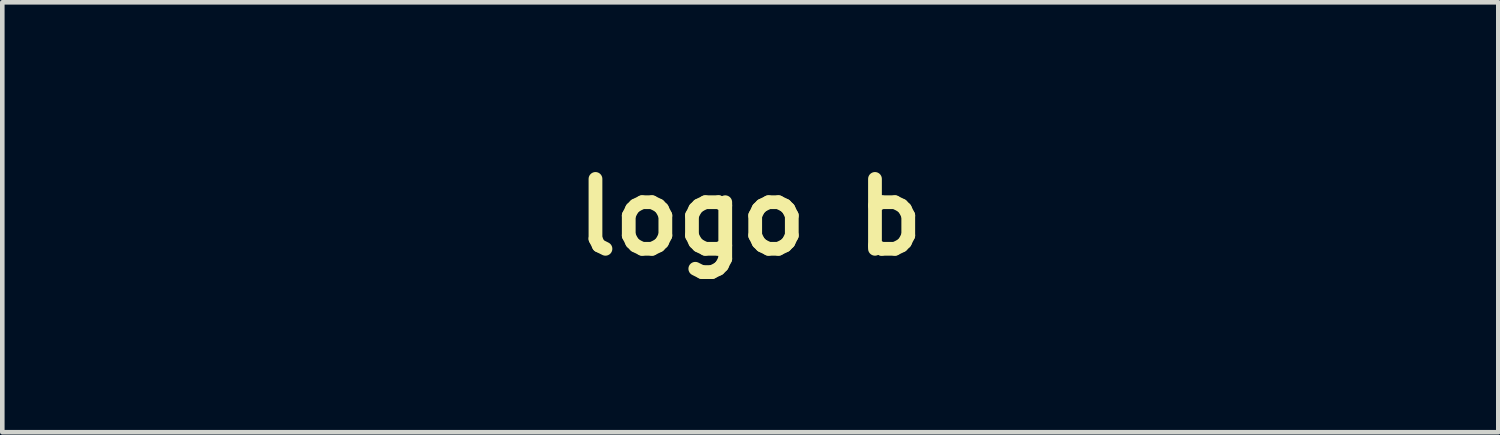
<source format=kicad_pcb>
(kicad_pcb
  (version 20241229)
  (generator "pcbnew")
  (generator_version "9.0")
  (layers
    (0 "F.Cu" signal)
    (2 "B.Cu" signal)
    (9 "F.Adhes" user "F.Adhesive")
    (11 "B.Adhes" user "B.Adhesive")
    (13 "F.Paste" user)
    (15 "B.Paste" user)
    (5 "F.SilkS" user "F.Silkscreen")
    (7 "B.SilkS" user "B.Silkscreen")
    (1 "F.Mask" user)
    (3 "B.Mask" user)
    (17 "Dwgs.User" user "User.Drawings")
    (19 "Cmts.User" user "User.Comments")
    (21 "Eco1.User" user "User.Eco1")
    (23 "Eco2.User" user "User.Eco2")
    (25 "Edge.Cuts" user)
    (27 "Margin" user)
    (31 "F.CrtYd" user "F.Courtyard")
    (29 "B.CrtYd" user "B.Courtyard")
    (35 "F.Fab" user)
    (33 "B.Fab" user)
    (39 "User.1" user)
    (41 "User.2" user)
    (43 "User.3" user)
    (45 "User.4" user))
  (footprint "logo b"
    (layer "F.Cu")
    (at 13.312 1.687)
    (property "Reference" "logo b" (at 0 0 0) (layer "F.SilkS") (effects (font (size 1.524 1.524) (thickness 0.3))))
    (attr through_hole)
    (fp_poly (pts (xy -11.676 1.621) (xy -11.991 1.621) (xy -11.991 -0.117) (xy -11.676 -0.117) (xy -11.676 1.621)) (stroke (width 0.01) (type solid)) (fill yes) (layer "F.Mask"))
    (fp_poly (pts (xy -2.134 1.621) (xy -2.449 1.621) (xy -2.449 -0.813) (xy -2.134 -0.813) (xy -2.134 1.621)) (stroke (width 0.01) (type solid)) (fill yes) (layer "F.Mask"))
    (fp_poly (pts (xy -11.789 -0.851) (xy -11.751 -0.84) (xy -11.716 -0.823) (xy -11.684 -0.8) (xy -11.658 -0.771) (xy -11.638 -0.737) (xy -11.625 -0.698) (xy -11.62 -0.655) (xy -11.62 -0.653) (xy -11.625 -0.607) (xy -11.637 -0.567) (xy -11.659 -0.53) (xy -11.68 -0.506) (xy -11.711 -0.48) (xy -11.745 -0.462) (xy -11.784 -0.451) (xy -11.829 -0.448) (xy -11.834 -0.448) (xy -11.869 -0.45) (xy -11.898 -0.455) (xy -11.904 -0.457) (xy -11.944 -0.475) (xy -11.977 -0.5) (xy -12.004 -0.531) (xy -12.025 -0.566) (xy -12.038 -0.603) (xy -12.043 -0.642) (xy -12.041 -0.682) (xy -12.031 -0.721) (xy -12.013 -0.757) (xy -11.986 -0.79) (xy -11.983 -0.793) (xy -11.947 -0.821) (xy -11.909 -0.84) (xy -11.869 -0.851) (xy -11.828 -0.855) (xy -11.789 -0.851)) (stroke (width 0.01) (type solid)) (fill yes) (layer "F.Mask"))
    (fp_poly (pts (xy 7.54 0.171) (xy 7.445 0.177) (xy 7.378 0.183) (xy 7.318 0.192) (xy 7.266 0.205) (xy 7.218 0.221) (xy 7.174 0.243) (xy 7.132 0.27) (xy 7.106 0.29) (xy 7.061 0.332) (xy 7.021 0.382) (xy 6.988 0.439) (xy 6.961 0.503) (xy 6.941 0.573) (xy 6.928 0.644) (xy 6.927 0.655) (xy 6.925 0.67) (xy 6.924 0.686) (xy 6.923 0.707) (xy 6.923 0.731) (xy 6.922 0.761) (xy 6.922 0.795) (xy 6.921 0.836) (xy 6.921 0.884) (xy 6.921 0.939) (xy 6.92 1.003) (xy 6.92 1.075) (xy 6.92 1.157) (xy 6.92 1.621) (xy 6.605 1.621) (xy 6.605 -0.117) (xy 6.91 -0.117) (xy 6.911 0.023) (xy 6.913 0.164) (xy 6.935 0.13) (xy 6.948 0.112) (xy 6.966 0.09) (xy 6.986 0.068) (xy 6.994 0.059) (xy 7.049 0.011) (xy 7.109 -0.031) (xy 7.176 -0.065) (xy 7.249 -0.091) (xy 7.329 -0.11) (xy 7.416 -0.122) (xy 7.468 -0.126) (xy 7.54 -0.13) (xy 7.54 0.171)) (stroke (width 0.01) (type solid)) (fill yes) (layer "F.Mask"))
    (fp_poly (pts (xy -12.372 0.021) (xy -12.372 0.171) (xy -12.468 0.177) (xy -12.535 0.183) (xy -12.594 0.192) (xy -12.647 0.205) (xy -12.694 0.221) (xy -12.738 0.243) (xy -12.781 0.27) (xy -12.807 0.29) (xy -12.852 0.332) (xy -12.891 0.382) (xy -12.924 0.439) (xy -12.951 0.503) (xy -12.972 0.573) (xy -12.985 0.644) (xy -12.986 0.655) (xy -12.987 0.67) (xy -12.988 0.686) (xy -12.989 0.707) (xy -12.99 0.731) (xy -12.99 0.761) (xy -12.991 0.795) (xy -12.991 0.836) (xy -12.992 0.884) (xy -12.992 0.939) (xy -12.992 1.003) (xy -12.992 1.075) (xy -12.992 1.157) (xy -12.992 1.621) (xy -13.307 1.621) (xy -13.307 -0.117) (xy -13.002 -0.117) (xy -13.001 0.023) (xy -13 0.164) (xy -12.978 0.13) (xy -12.964 0.112) (xy -12.946 0.09) (xy -12.927 0.068) (xy -12.919 0.059) (xy -12.864 0.011) (xy -12.803 -0.031) (xy -12.737 -0.065) (xy -12.663 -0.091) (xy -12.584 -0.11) (xy -12.497 -0.122) (xy -12.445 -0.126) (xy -12.372 -0.13) (xy -12.372 0.021)) (stroke (width 0.01) (type solid)) (fill yes) (layer "F.Mask"))
    (fp_poly (pts (xy 10.497 -1.388) (xy 10.497 -1.095) (xy 9.916 0.262) (xy 9.335 1.618) (xy 8.307 1.621) (xy 8.314 1.604) (xy 8.317 1.598) (xy 8.323 1.583) (xy 8.334 1.56) (xy 8.347 1.528) (xy 8.364 1.489) (xy 8.385 1.442) (xy 8.408 1.388) (xy 8.434 1.328) (xy 8.463 1.261) (xy 8.494 1.189) (xy 8.528 1.111) (xy 8.564 1.029) (xy 8.602 0.941) (xy 8.642 0.85) (xy 8.683 0.754) (xy 8.726 0.655) (xy 8.77 0.553) (xy 8.815 0.449) (xy 8.854 0.361) (xy 8.9 0.254) (xy 8.945 0.149) (xy 8.99 0.047) (xy 9.033 -0.052) (xy 9.074 -0.147) (xy 9.114 -0.239) (xy 9.152 -0.327) (xy 9.188 -0.41) (xy 9.222 -0.488) (xy 9.253 -0.561) (xy 9.282 -0.628) (xy 9.309 -0.689) (xy 9.332 -0.743) (xy 9.353 -0.79) (xy 9.37 -0.829) (xy 9.384 -0.861) (xy 9.394 -0.885) (xy 9.401 -0.9) (xy 9.403 -0.906) (xy 9.42 -0.945) (xy 8.556 -0.945) (xy 8.556 -0.432) (xy 7.754 -0.432) (xy 7.754 -1.682) (xy 10.497 -1.682) (xy 10.497 -1.388)) (stroke (width 0.01) (type solid)) (fill yes) (layer "F.Mask"))
    (fp_poly (pts (xy 0.738 -0.035) (xy 0.739 0.743) (xy 1.212 0.313) (xy 1.684 -0.116) (xy 2.065 -0.117) (xy 1.928 0.019) (xy 1.898 0.049) (xy 1.863 0.084) (xy 1.822 0.125) (xy 1.778 0.168) (xy 1.731 0.214) (xy 1.683 0.262) (xy 1.635 0.309) (xy 1.589 0.355) (xy 1.563 0.38) (xy 1.335 0.605) (xy 1.35 0.624) (xy 1.362 0.639) (xy 1.379 0.66) (xy 1.4 0.688) (xy 1.426 0.72) (xy 1.456 0.758) (xy 1.489 0.8) (xy 1.524 0.845) (xy 1.562 0.894) (xy 1.602 0.944) (xy 1.644 0.997) (xy 1.686 1.051) (xy 1.729 1.106) (xy 1.772 1.161) (xy 1.814 1.215) (xy 1.856 1.268) (xy 1.897 1.32) (xy 1.935 1.37) (xy 1.972 1.416) (xy 2.005 1.46) (xy 2.036 1.499) (xy 2.063 1.534) (xy 2.086 1.563) (xy 2.105 1.587) (xy 2.118 1.604) (xy 2.127 1.615) (xy 2.129 1.618) (xy 2.124 1.619) (xy 2.11 1.619) (xy 2.088 1.62) (xy 2.059 1.62) (xy 2.025 1.62) (xy 1.986 1.621) (xy 1.943 1.621) (xy 1.935 1.621) (xy 1.74 1.62) (xy 1.418 1.219) (xy 1.373 1.164) (xy 1.33 1.11) (xy 1.289 1.06) (xy 1.251 1.013) (xy 1.216 0.969) (xy 1.184 0.931) (xy 1.157 0.897) (xy 1.133 0.868) (xy 1.115 0.846) (xy 1.101 0.83) (xy 1.093 0.821) (xy 1.092 0.819) (xy 1.087 0.823) (xy 1.076 0.833) (xy 1.059 0.848) (xy 1.037 0.868) (xy 1.01 0.893) (xy 0.98 0.921) (xy 0.947 0.952) (xy 0.913 0.983) (xy 0.737 1.146) (xy 0.737 1.383) (xy 0.737 1.621) (xy 0.422 1.621) (xy 0.422 -0.813) (xy 0.737 -0.813) (xy 0.738 -0.035)) (stroke (width 0.01) (type solid)) (fill yes) (layer "F.Mask"))
    (fp_poly (pts (xy -8.531 0.122) (xy -8.488 0.079) (xy -8.43 0.028) (xy -8.367 -0.016) (xy -8.297 -0.052) (xy -8.221 -0.082) (xy -8.138 -0.105) (xy -8.059 -0.119) (xy -8.028 -0.123) (xy -7.991 -0.125) (xy -7.949 -0.127) (xy -7.906 -0.127) (xy -7.864 -0.127) (xy -7.827 -0.125) (xy -7.799 -0.122) (xy -7.712 -0.107) (xy -7.631 -0.083) (xy -7.556 -0.052) (xy -7.488 -0.013) (xy -7.427 0.033) (xy -7.373 0.087) (xy -7.326 0.147) (xy -7.286 0.215) (xy -7.253 0.29) (xy -7.228 0.371) (xy -7.222 0.399) (xy -7.219 0.415) (xy -7.216 0.431) (xy -7.213 0.447) (xy -7.211 0.465) (xy -7.208 0.483) (xy -7.207 0.504) (xy -7.205 0.528) (xy -7.204 0.556) (xy -7.203 0.587) (xy -7.202 0.624) (xy -7.201 0.666) (xy -7.201 0.714) (xy -7.2 0.769) (xy -7.2 0.831) (xy -7.2 0.901) (xy -7.2 0.98) (xy -7.2 1.069) (xy -7.2 1.091) (xy -7.2 1.621) (xy -7.514 1.621) (xy -7.516 1.086) (xy -7.516 1.001) (xy -7.517 0.925) (xy -7.517 0.858) (xy -7.517 0.799) (xy -7.518 0.748) (xy -7.518 0.705) (xy -7.518 0.667) (xy -7.519 0.635) (xy -7.519 0.609) (xy -7.52 0.587) (xy -7.521 0.569) (xy -7.521 0.554) (xy -7.522 0.542) (xy -7.524 0.531) (xy -7.525 0.523) (xy -7.526 0.515) (xy -7.528 0.507) (xy -7.529 0.502) (xy -7.547 0.438) (xy -7.569 0.382) (xy -7.597 0.333) (xy -7.631 0.289) (xy -7.656 0.263) (xy -7.703 0.227) (xy -7.757 0.198) (xy -7.817 0.177) (xy -7.883 0.163) (xy -7.956 0.157) (xy -8.035 0.158) (xy -8.113 0.168) (xy -8.185 0.185) (xy -8.251 0.21) (xy -8.31 0.243) (xy -8.362 0.284) (xy -8.408 0.332) (xy -8.447 0.387) (xy -8.479 0.449) (xy -8.503 0.519) (xy -8.52 0.595) (xy -8.523 0.615) (xy -8.525 0.626) (xy -8.526 0.639) (xy -8.527 0.654) (xy -8.528 0.673) (xy -8.528 0.695) (xy -8.529 0.721) (xy -8.53 0.753) (xy -8.53 0.791) (xy -8.53 0.835) (xy -8.531 0.886) (xy -8.531 0.944) (xy -8.531 1.011) (xy -8.531 1.088) (xy -8.531 1.146) (xy -8.531 1.621) (xy -8.846 1.621) (xy -8.846 -0.813) (xy -8.531 -0.813) (xy -8.531 0.122)) (stroke (width 0.01) (type solid)) (fill yes) (layer "F.Mask"))
    (fp_poly (pts (xy -4.363 0.413) (xy -4.363 0.499) (xy -4.362 0.575) (xy -4.362 0.643) (xy -4.362 0.702) (xy -4.361 0.754) (xy -4.361 0.798) (xy -4.36 0.837) (xy -4.36 0.869) (xy -4.359 0.896) (xy -4.358 0.918) (xy -4.358 0.936) (xy -4.357 0.951) (xy -4.356 0.963) (xy -4.355 0.973) (xy -4.353 0.982) (xy -4.352 0.986) (xy -4.342 1.033) (xy -4.33 1.074) (xy -4.315 1.111) (xy -4.3 1.145) (xy -4.287 1.168) (xy -4.274 1.188) (xy -4.258 1.208) (xy -4.237 1.23) (xy -4.23 1.238) (xy -4.208 1.259) (xy -4.19 1.275) (xy -4.172 1.287) (xy -4.152 1.299) (xy -4.136 1.307) (xy -4.104 1.322) (xy -4.076 1.333) (xy -4.048 1.342) (xy -4.019 1.348) (xy -3.987 1.351) (xy -3.95 1.353) (xy -3.905 1.354) (xy -3.897 1.354) (xy -3.85 1.354) (xy -3.813 1.352) (xy -3.785 1.35) (xy -3.766 1.347) (xy -3.765 1.347) (xy -3.722 1.336) (xy -3.686 1.324) (xy -3.652 1.311) (xy -3.625 1.298) (xy -3.57 1.266) (xy -3.522 1.227) (xy -3.48 1.181) (xy -3.445 1.129) (xy -3.415 1.068) (xy -3.39 0.999) (xy -3.38 0.96) (xy -3.367 0.907) (xy -3.365 0.395) (xy -3.363 -0.117) (xy -3.044 -0.117) (xy -3.044 1.621) (xy -3.348 1.621) (xy -3.348 1.371) (xy -3.368 1.396) (xy -3.418 1.451) (xy -3.477 1.5) (xy -3.542 1.542) (xy -3.613 1.578) (xy -3.69 1.606) (xy -3.772 1.627) (xy -3.806 1.633) (xy -3.827 1.636) (xy -3.856 1.638) (xy -3.89 1.639) (xy -3.926 1.64) (xy -3.963 1.641) (xy -3.997 1.64) (xy -4.026 1.639) (xy -4.047 1.638) (xy -4.134 1.624) (xy -4.212 1.605) (xy -4.283 1.58) (xy -4.348 1.549) (xy -4.407 1.512) (xy -4.461 1.467) (xy -4.481 1.449) (xy -4.526 1.4) (xy -4.564 1.348) (xy -4.596 1.291) (xy -4.624 1.23) (xy -4.646 1.162) (xy -4.664 1.086) (xy -4.675 1.026) (xy -4.676 1.016) (xy -4.677 0.999) (xy -4.678 0.975) (xy -4.679 0.943) (xy -4.68 0.904) (xy -4.68 0.857) (xy -4.681 0.801) (xy -4.682 0.737) (xy -4.682 0.664) (xy -4.683 0.581) (xy -4.683 0.489) (xy -4.683 0.436) (xy -4.685 -0.117) (xy -4.365 -0.117) (xy -4.363 0.413)) (stroke (width 0.01) (type solid)) (fill yes) (layer "F.Mask"))
    (fp_poly (pts (xy 2.749 0.139) (xy 2.803 0.086) (xy 2.868 0.029) (xy 2.935 -0.018) (xy 3.007 -0.057) (xy 3.083 -0.087) (xy 3.165 -0.108) (xy 3.251 -0.122) (xy 3.344 -0.127) (xy 3.361 -0.127) (xy 3.46 -0.123) (xy 3.554 -0.109) (xy 3.644 -0.087) (xy 3.73 -0.056) (xy 3.811 -0.016) (xy 3.886 0.032) (xy 3.956 0.089) (xy 3.994 0.125) (xy 4.054 0.194) (xy 4.106 0.269) (xy 4.149 0.348) (xy 4.183 0.433) (xy 4.208 0.522) (xy 4.224 0.617) (xy 4.232 0.716) (xy 4.232 0.753) (xy 4.228 0.853) (xy 4.215 0.949) (xy 4.193 1.041) (xy 4.162 1.128) (xy 4.123 1.21) (xy 4.076 1.287) (xy 4.02 1.357) (xy 3.987 1.393) (xy 3.919 1.454) (xy 3.847 1.507) (xy 3.77 1.551) (xy 3.687 1.586) (xy 3.599 1.613) (xy 3.504 1.632) (xy 3.493 1.634) (xy 3.458 1.637) (xy 3.415 1.64) (xy 3.369 1.641) (xy 3.321 1.64) (xy 3.275 1.638) (xy 3.234 1.635) (xy 3.206 1.631) (xy 3.119 1.612) (xy 3.038 1.585) (xy 2.963 1.549) (xy 2.893 1.505) (xy 2.829 1.452) (xy 2.769 1.391) (xy 2.76 1.379) (xy 2.739 1.354) (xy 2.739 1.487) (xy 2.739 1.621) (xy 2.434 1.621) (xy 2.434 0.755) (xy 2.751 0.755) (xy 2.754 0.816) (xy 2.766 0.898) (xy 2.785 0.974) (xy 2.813 1.045) (xy 2.848 1.11) (xy 2.891 1.168) (xy 2.94 1.22) (xy 2.995 1.264) (xy 3.057 1.301) (xy 3.124 1.33) (xy 3.197 1.35) (xy 3.217 1.354) (xy 3.248 1.358) (xy 3.285 1.36) (xy 3.325 1.361) (xy 3.366 1.36) (xy 3.404 1.358) (xy 3.436 1.354) (xy 3.438 1.354) (xy 3.513 1.336) (xy 3.584 1.309) (xy 3.648 1.274) (xy 3.707 1.231) (xy 3.76 1.18) (xy 3.806 1.121) (xy 3.845 1.055) (xy 3.849 1.047) (xy 3.865 1.011) (xy 3.879 0.976) (xy 3.89 0.936) (xy 3.9 0.894) (xy 3.905 0.866) (xy 3.908 0.829) (xy 3.91 0.789) (xy 3.91 0.746) (xy 3.909 0.703) (xy 3.907 0.664) (xy 3.903 0.63) (xy 3.901 0.615) (xy 3.88 0.537) (xy 3.851 0.465) (xy 3.815 0.4) (xy 3.771 0.342) (xy 3.72 0.291) (xy 3.662 0.247) (xy 3.598 0.211) (xy 3.554 0.192) (xy 3.483 0.169) (xy 3.408 0.156) (xy 3.331 0.151) (xy 3.253 0.155) (xy 3.177 0.169) (xy 3.12 0.185) (xy 3.054 0.213) (xy 2.994 0.249) (xy 2.939 0.292) (xy 2.89 0.343) (xy 2.849 0.399) (xy 2.814 0.461) (xy 2.786 0.529) (xy 2.766 0.601) (xy 2.754 0.676) (xy 2.751 0.755) (xy 2.434 0.755) (xy 2.434 -0.813) (xy 2.749 -0.813) (xy 2.749 0.139)) (stroke (width 0.01) (type solid)) (fill yes) (layer "F.Mask"))
    (fp_poly (pts (xy -9.435 1.621) (xy -9.745 1.621) (xy -9.746 1.487) (xy -9.746 1.354) (xy -9.757 1.369) (xy -9.764 1.378) (xy -9.777 1.393) (xy -9.794 1.411) (xy -9.814 1.431) (xy -9.821 1.439) (xy -9.88 1.491) (xy -9.942 1.535) (xy -10.009 1.571) (xy -10.082 1.6) (xy -10.161 1.622) (xy -10.208 1.631) (xy -10.247 1.636) (xy -10.293 1.639) (xy -10.343 1.641) (xy -10.393 1.641) (xy -10.44 1.639) (xy -10.482 1.636) (xy -10.497 1.634) (xy -10.593 1.615) (xy -10.683 1.588) (xy -10.768 1.552) (xy -10.847 1.509) (xy -10.919 1.458) (xy -10.985 1.4) (xy -11.045 1.335) (xy -11.097 1.263) (xy -11.141 1.185) (xy -11.178 1.101) (xy -11.206 1.01) (xy -11.211 0.991) (xy -11.228 0.905) (xy -11.236 0.814) (xy -11.237 0.733) (xy -10.918 0.733) (xy -10.916 0.813) (xy -10.905 0.891) (xy -10.886 0.967) (xy -10.858 1.039) (xy -10.853 1.05) (xy -10.815 1.116) (xy -10.77 1.175) (xy -10.719 1.226) (xy -10.66 1.27) (xy -10.596 1.306) (xy -10.526 1.334) (xy -10.45 1.354) (xy -10.445 1.354) (xy -10.422 1.358) (xy -10.392 1.359) (xy -10.354 1.36) (xy -10.317 1.36) (xy -10.282 1.359) (xy -10.255 1.358) (xy -10.233 1.356) (xy -10.215 1.353) (xy -10.198 1.35) (xy -10.179 1.345) (xy -10.178 1.344) (xy -10.104 1.319) (xy -10.036 1.286) (xy -9.976 1.245) (xy -9.922 1.197) (xy -9.875 1.142) (xy -9.835 1.079) (xy -9.827 1.064) (xy -9.797 0.996) (xy -9.775 0.922) (xy -9.762 0.845) (xy -9.756 0.767) (xy -9.759 0.688) (xy -9.763 0.647) (xy -9.78 0.568) (xy -9.804 0.495) (xy -9.836 0.428) (xy -9.876 0.367) (xy -9.923 0.313) (xy -9.977 0.265) (xy -10.038 0.225) (xy -10.065 0.211) (xy -10.127 0.185) (xy -10.19 0.166) (xy -10.258 0.156) (xy -10.331 0.152) (xy -10.332 0.152) (xy -10.413 0.157) (xy -10.49 0.17) (xy -10.561 0.192) (xy -10.627 0.223) (xy -10.688 0.261) (xy -10.743 0.307) (xy -10.791 0.36) (xy -10.832 0.419) (xy -10.865 0.485) (xy -10.891 0.558) (xy -10.909 0.636) (xy -10.912 0.653) (xy -10.918 0.733) (xy -11.237 0.733) (xy -11.238 0.722) (xy -11.231 0.631) (xy -11.218 0.546) (xy -11.195 0.455) (xy -11.162 0.369) (xy -11.122 0.288) (xy -11.074 0.213) (xy -11.018 0.145) (xy -10.955 0.083) (xy -10.886 0.029) (xy -10.81 -0.018) (xy -10.728 -0.058) (xy -10.64 -0.089) (xy -10.571 -0.107) (xy -10.517 -0.116) (xy -10.457 -0.123) (xy -10.394 -0.127) (xy -10.332 -0.127) (xy -10.273 -0.124) (xy -10.228 -0.119) (xy -10.14 -0.102) (xy -10.057 -0.075) (xy -9.98 -0.041) (xy -9.908 0.003) (xy -9.84 0.055) (xy -9.803 0.09) (xy -9.756 0.137) (xy -9.756 -0.813) (xy -9.435 -0.813) (xy -9.435 1.621)) (stroke (width 0.01) (type solid)) (fill yes) (layer "F.Mask"))
    (fp_poly (pts (xy -5.919 -0.126) (xy -5.859 -0.123) (xy -5.804 -0.116) (xy -5.752 -0.107) (xy -5.7 -0.094) (xy -5.66 -0.081) (xy -5.622 -0.068) (xy -5.59 -0.056) (xy -5.562 -0.042) (xy -5.532 -0.025) (xy -5.503 -0.006) (xy -5.446 0.038) (xy -5.395 0.089) (xy -5.351 0.148) (xy -5.314 0.213) (xy -5.285 0.285) (xy -5.282 0.295) (xy -5.277 0.311) (xy -5.272 0.326) (xy -5.268 0.339) (xy -5.264 0.353) (xy -5.261 0.366) (xy -5.258 0.381) (xy -5.256 0.397) (xy -5.253 0.415) (xy -5.252 0.436) (xy -5.25 0.46) (xy -5.249 0.488) (xy -5.248 0.52) (xy -5.247 0.558) (xy -5.247 0.602) (xy -5.246 0.652) (xy -5.246 0.709) (xy -5.246 0.773) (xy -5.245 0.846) (xy -5.245 0.928) (xy -5.245 1.019) (xy -5.245 1.033) (xy -5.243 1.621) (xy -5.543 1.621) (xy -5.543 1.407) (xy -5.587 1.452) (xy -5.637 1.499) (xy -5.692 1.539) (xy -5.752 1.572) (xy -5.819 1.599) (xy -5.892 1.619) (xy -5.972 1.634) (xy -5.998 1.636) (xy -6.032 1.638) (xy -6.071 1.64) (xy -6.112 1.64) (xy -6.153 1.64) (xy -6.191 1.639) (xy -6.223 1.637) (xy -6.239 1.636) (xy -6.319 1.622) (xy -6.394 1.6) (xy -6.464 1.572) (xy -6.527 1.537) (xy -6.584 1.496) (xy -6.633 1.449) (xy -6.675 1.397) (xy -6.704 1.348) (xy -6.726 1.298) (xy -6.741 1.249) (xy -6.75 1.197) (xy -6.754 1.139) (xy -6.754 1.128) (xy -6.752 1.094) (xy -6.44 1.094) (xy -6.438 1.147) (xy -6.438 1.152) (xy -6.427 1.201) (xy -6.407 1.245) (xy -6.379 1.284) (xy -6.343 1.317) (xy -6.298 1.344) (xy -6.245 1.366) (xy -6.186 1.382) (xy -6.149 1.388) (xy -6.106 1.391) (xy -6.059 1.392) (xy -6.011 1.391) (xy -5.967 1.388) (xy -5.931 1.383) (xy -5.883 1.372) (xy -5.842 1.359) (xy -5.803 1.343) (xy -5.773 1.329) (xy -5.721 1.297) (xy -5.677 1.263) (xy -5.639 1.223) (xy -5.607 1.179) (xy -5.594 1.159) (xy -5.584 1.143) (xy -5.577 1.128) (xy -5.571 1.113) (xy -5.568 1.096) (xy -5.565 1.075) (xy -5.564 1.05) (xy -5.564 1.018) (xy -5.564 0.978) (xy -5.564 0.847) (xy -5.847 0.85) (xy -5.914 0.851) (xy -5.972 0.851) (xy -6.022 0.852) (xy -6.064 0.853) (xy -6.1 0.854) (xy -6.13 0.856) (xy -6.156 0.858) (xy -6.178 0.861) (xy -6.198 0.864) (xy -6.216 0.868) (xy -6.233 0.872) (xy -6.251 0.878) (xy -6.264 0.882) (xy -6.314 0.903) (xy -6.356 0.931) (xy -6.39 0.964) (xy -6.415 1.002) (xy -6.432 1.046) (xy -6.44 1.094) (xy -6.752 1.094) (xy -6.75 1.056) (xy -6.737 0.989) (xy -6.716 0.927) (xy -6.686 0.871) (xy -6.647 0.82) (xy -6.6 0.774) (xy -6.569 0.751) (xy -6.512 0.715) (xy -6.446 0.685) (xy -6.372 0.661) (xy -6.29 0.642) (xy -6.211 0.63) (xy -6.198 0.629) (xy -6.175 0.628) (xy -6.145 0.627) (xy -6.107 0.626) (xy -6.064 0.625) (xy -6.016 0.624) (xy -5.964 0.623) (xy -5.909 0.622) (xy -5.864 0.622) (xy -5.562 0.619) (xy -5.565 0.539) (xy -5.567 0.496) (xy -5.571 0.46) (xy -5.576 0.43) (xy -5.584 0.402) (xy -5.595 0.373) (xy -5.602 0.358) (xy -5.63 0.307) (xy -5.666 0.264) (xy -5.709 0.227) (xy -5.758 0.197) (xy -5.816 0.175) (xy -5.88 0.159) (xy -5.952 0.149) (xy -6.018 0.147) (xy -6.114 0.151) (xy -6.206 0.164) (xy -6.294 0.186) (xy -6.377 0.216) (xy -6.455 0.254) (xy -6.527 0.299) (xy -6.543 0.311) (xy -6.557 0.321) (xy -6.568 0.328) (xy -6.572 0.329) (xy -6.575 0.324) (xy -6.583 0.312) (xy -6.594 0.293) (xy -6.607 0.268) (xy -6.623 0.239) (xy -6.64 0.208) (xy -6.706 0.09) (xy -6.675 0.068) (xy -6.591 0.015) (xy -6.501 -0.029) (xy -6.405 -0.066) (xy -6.304 -0.094) (xy -6.197 -0.113) (xy -6.085 -0.124) (xy -5.987 -0.127) (xy -5.919 -0.126)) (stroke (width 0.01) (type solid)) (fill yes) (layer "F.Mask"))
    (fp_poly (pts (xy 5.334 -0.127) (xy 5.386 -0.124) (xy 5.432 -0.12) (xy 5.477 -0.114) (xy 5.522 -0.105) (xy 5.528 -0.103) (xy 5.606 -0.082) (xy 5.676 -0.056) (xy 5.739 -0.022) (xy 5.797 0.018) (xy 5.836 0.052) (xy 5.883 0.103) (xy 5.923 0.158) (xy 5.956 0.219) (xy 5.983 0.286) (xy 6.003 0.361) (xy 6.018 0.443) (xy 6.021 0.465) (xy 6.022 0.478) (xy 6.023 0.501) (xy 6.023 0.534) (xy 6.024 0.576) (xy 6.025 0.627) (xy 6.025 0.687) (xy 6.025 0.755) (xy 6.026 0.832) (xy 6.026 0.916) (xy 6.026 1.008) (xy 6.026 1.066) (xy 6.026 1.621) (xy 5.726 1.621) (xy 5.726 1.402) (xy 5.699 1.434) (xy 5.649 1.485) (xy 5.592 1.529) (xy 5.528 1.566) (xy 5.457 1.596) (xy 5.378 1.618) (xy 5.297 1.633) (xy 5.273 1.636) (xy 5.241 1.638) (xy 5.204 1.639) (xy 5.165 1.64) (xy 5.127 1.641) (xy 5.091 1.64) (xy 5.061 1.639) (xy 5.045 1.638) (xy 5.01 1.633) (xy 4.969 1.625) (xy 4.928 1.616) (xy 4.892 1.606) (xy 4.889 1.605) (xy 4.815 1.577) (xy 4.749 1.542) (xy 4.69 1.502) (xy 4.64 1.455) (xy 4.597 1.403) (xy 4.562 1.345) (xy 4.536 1.282) (xy 4.526 1.247) (xy 4.521 1.224) (xy 4.518 1.202) (xy 4.516 1.177) (xy 4.515 1.146) (xy 4.515 1.128) (xy 4.828 1.128) (xy 4.834 1.177) (xy 4.849 1.222) (xy 4.873 1.263) (xy 4.906 1.299) (xy 4.946 1.33) (xy 4.993 1.355) (xy 5.048 1.375) (xy 5.093 1.385) (xy 5.121 1.388) (xy 5.157 1.391) (xy 5.197 1.392) (xy 5.238 1.391) (xy 5.277 1.39) (xy 5.312 1.387) (xy 5.33 1.384) (xy 5.4 1.368) (xy 5.466 1.343) (xy 5.525 1.311) (xy 5.579 1.272) (xy 5.625 1.226) (xy 5.664 1.174) (xy 5.686 1.136) (xy 5.706 1.096) (xy 5.706 0.847) (xy 5.42 0.85) (xy 5.356 0.85) (xy 5.301 0.851) (xy 5.255 0.852) (xy 5.216 0.853) (xy 5.183 0.853) (xy 5.157 0.854) (xy 5.135 0.856) (xy 5.118 0.857) (xy 5.103 0.858) (xy 5.091 0.86) (xy 5.089 0.861) (xy 5.027 0.875) (xy 4.974 0.894) (xy 4.93 0.917) (xy 4.894 0.945) (xy 4.866 0.978) (xy 4.846 1.017) (xy 4.833 1.061) (xy 4.831 1.076) (xy 4.828 1.128) (xy 4.515 1.128) (xy 4.515 1.128) (xy 4.516 1.08) (xy 4.52 1.039) (xy 4.527 1.002) (xy 4.538 0.965) (xy 4.548 0.939) (xy 4.576 0.881) (xy 4.614 0.829) (xy 4.66 0.782) (xy 4.713 0.741) (xy 4.774 0.706) (xy 4.843 0.677) (xy 4.885 0.663) (xy 4.916 0.655) (xy 4.948 0.648) (xy 4.981 0.641) (xy 5.017 0.636) (xy 5.057 0.632) (xy 5.102 0.628) (xy 5.151 0.625) (xy 5.207 0.623) (xy 5.27 0.622) (xy 5.34 0.621) (xy 5.42 0.62) (xy 5.477 0.62) (xy 5.707 0.62) (xy 5.705 0.545) (xy 5.7 0.483) (xy 5.691 0.43) (xy 5.678 0.383) (xy 5.659 0.341) (xy 5.634 0.303) (xy 5.603 0.267) (xy 5.602 0.266) (xy 5.562 0.231) (xy 5.519 0.203) (xy 5.471 0.181) (xy 5.417 0.164) (xy 5.357 0.153) (xy 5.289 0.148) (xy 5.244 0.147) (xy 5.147 0.152) (xy 5.054 0.166) (xy 4.963 0.189) (xy 4.929 0.201) (xy 4.896 0.214) (xy 4.859 0.231) (xy 4.821 0.25) (xy 4.785 0.271) (xy 4.754 0.29) (xy 4.736 0.303) (xy 4.719 0.315) (xy 4.706 0.323) (xy 4.697 0.327) (xy 4.695 0.327) (xy 4.691 0.321) (xy 4.683 0.308) (xy 4.672 0.289) (xy 4.659 0.266) (xy 4.645 0.24) (xy 4.629 0.212) (xy 4.614 0.184) (xy 4.599 0.157) (xy 4.586 0.133) (xy 4.575 0.113) (xy 4.568 0.098) (xy 4.564 0.09) (xy 4.564 0.089) (xy 4.575 0.08) (xy 4.593 0.068) (xy 4.616 0.053) (xy 4.643 0.037) (xy 4.67 0.021) (xy 4.696 0.006) (xy 4.72 -0.006) (xy 4.727 -0.01) (xy 4.819 -0.05) (xy 4.916 -0.082) (xy 5.018 -0.105) (xy 5.125 -0.12) (xy 5.237 -0.127) (xy 5.276 -0.127) (xy 5.334 -0.127)) (stroke (width 0.01) (type solid)) (fill yes) (layer "F.Mask"))
    (fp_poly (pts (xy -0.853 -0.127) (xy -0.814 -0.125) (xy -0.78 -0.123) (xy -0.767 -0.122) (xy -0.679 -0.109) (xy -0.599 -0.089) (xy -0.526 -0.063) (xy -0.46 -0.03) (xy -0.4 0.009) (xy -0.345 0.056) (xy -0.34 0.061) (xy -0.293 0.114) (xy -0.254 0.172) (xy -0.221 0.235) (xy -0.196 0.305) (xy -0.177 0.381) (xy -0.165 0.465) (xy -0.163 0.49) (xy -0.162 0.506) (xy -0.161 0.532) (xy -0.16 0.566) (xy -0.16 0.61) (xy -0.159 0.662) (xy -0.159 0.721) (xy -0.158 0.787) (xy -0.158 0.86) (xy -0.158 0.938) (xy -0.158 1.022) (xy -0.158 1.088) (xy -0.158 1.621) (xy -0.457 1.621) (xy -0.458 1.511) (xy -0.46 1.401) (xy -0.486 1.434) (xy -0.53 1.481) (xy -0.582 1.522) (xy -0.642 1.558) (xy -0.709 1.588) (xy -0.782 1.612) (xy -0.862 1.629) (xy -0.886 1.633) (xy -0.909 1.636) (xy -0.941 1.638) (xy -0.977 1.639) (xy -1.016 1.64) (xy -1.055 1.641) (xy -1.092 1.64) (xy -1.123 1.639) (xy -1.143 1.638) (xy -1.172 1.634) (xy -1.206 1.627) (xy -1.243 1.619) (xy -1.278 1.61) (xy -1.309 1.601) (xy -1.313 1.6) (xy -1.382 1.572) (xy -1.445 1.537) (xy -1.501 1.496) (xy -1.551 1.449) (xy -1.592 1.398) (xy -1.624 1.342) (xy -1.626 1.339) (xy -1.648 1.285) (xy -1.662 1.23) (xy -1.67 1.171) (xy -1.672 1.125) (xy -1.67 1.106) (xy -1.356 1.106) (xy -1.356 1.141) (xy -1.353 1.172) (xy -1.351 1.178) (xy -1.336 1.222) (xy -1.312 1.263) (xy -1.279 1.299) (xy -1.239 1.33) (xy -1.192 1.355) (xy -1.176 1.362) (xy -1.145 1.372) (xy -1.116 1.38) (xy -1.086 1.386) (xy -1.053 1.389) (xy -1.014 1.39) (xy -0.968 1.39) (xy -0.96 1.39) (xy -0.924 1.389) (xy -0.895 1.388) (xy -0.873 1.387) (xy -0.854 1.385) (xy -0.836 1.381) (xy -0.818 1.377) (xy -0.813 1.376) (xy -0.742 1.353) (xy -0.679 1.323) (xy -0.623 1.286) (xy -0.574 1.242) (xy -0.533 1.191) (xy -0.498 1.133) (xy -0.496 1.129) (xy -0.478 1.093) (xy -0.478 0.847) (xy -0.763 0.85) (xy -0.828 0.85) (xy -0.882 0.851) (xy -0.929 0.852) (xy -0.968 0.852) (xy -1 0.853) (xy -1.026 0.854) (xy -1.048 0.855) (xy -1.066 0.857) (xy -1.08 0.858) (xy -1.092 0.86) (xy -1.095 0.861) (xy -1.157 0.875) (xy -1.209 0.893) (xy -1.253 0.915) (xy -1.289 0.942) (xy -1.317 0.974) (xy -1.337 1.011) (xy -1.347 1.041) (xy -1.353 1.071) (xy -1.356 1.106) (xy -1.67 1.106) (xy -1.667 1.054) (xy -1.654 0.987) (xy -1.632 0.926) (xy -1.601 0.87) (xy -1.562 0.819) (xy -1.515 0.773) (xy -1.46 0.733) (xy -1.396 0.699) (xy -1.326 0.672) (xy -1.247 0.65) (xy -1.227 0.646) (xy -1.205 0.641) (xy -1.183 0.638) (xy -1.16 0.635) (xy -1.137 0.632) (xy -1.111 0.63) (xy -1.082 0.628) (xy -1.048 0.626) (xy -1.009 0.625) (xy -0.964 0.624) (xy -0.912 0.623) (xy -0.851 0.622) (xy -0.782 0.621) (xy -0.776 0.621) (xy -0.478 0.619) (xy -0.478 0.577) (xy -0.481 0.504) (xy -0.492 0.437) (xy -0.511 0.377) (xy -0.537 0.324) (xy -0.57 0.278) (xy -0.612 0.239) (xy -0.66 0.206) (xy -0.716 0.18) (xy -0.737 0.173) (xy -0.787 0.16) (xy -0.844 0.152) (xy -0.906 0.147) (xy -0.971 0.147) (xy -1.037 0.151) (xy -1.101 0.16) (xy -1.143 0.168) (xy -1.222 0.189) (xy -1.294 0.215) (xy -1.36 0.247) (xy -1.424 0.285) (xy -1.467 0.316) (xy -1.479 0.324) (xy -1.488 0.329) (xy -1.49 0.33) (xy -1.494 0.324) (xy -1.502 0.311) (xy -1.512 0.292) (xy -1.525 0.268) (xy -1.539 0.242) (xy -1.555 0.214) (xy -1.57 0.186) (xy -1.584 0.159) (xy -1.597 0.134) (xy -1.608 0.114) (xy -1.616 0.099) (xy -1.62 0.091) (xy -1.62 0.09) (xy -1.551 0.04) (xy -1.474 -0.003) (xy -1.39 -0.041) (xy -1.299 -0.072) (xy -1.203 -0.097) (xy -1.101 -0.115) (xy -1.05 -0.122) (xy -1.019 -0.124) (xy -0.982 -0.126) (xy -0.94 -0.127) (xy -0.896 -0.127) (xy -0.853 -0.127)) (stroke (width 0.01) (type solid)) (fill yes) (layer "F.Mask"))
    (fp_poly (pts (xy 13.109 -0.96) (xy 12.443 -0.96) (xy 12.344 -0.96) (xy 12.252 -0.96) (xy 12.168 -0.96) (xy 12.09 -0.96) (xy 12.021 -0.959) (xy 11.96 -0.959) (xy 11.907 -0.959) (xy 11.862 -0.958) (xy 11.827 -0.958) (xy 11.801 -0.957) (xy 11.785 -0.956) (xy 11.778 -0.956) (xy 11.778 -0.956) (xy 11.777 -0.949) (xy 11.776 -0.934) (xy 11.774 -0.912) (xy 11.771 -0.883) (xy 11.768 -0.848) (xy 11.765 -0.811) (xy 11.761 -0.77) (xy 11.757 -0.729) (xy 11.753 -0.687) (xy 11.749 -0.647) (xy 11.745 -0.609) (xy 11.742 -0.575) (xy 11.739 -0.546) (xy 11.737 -0.524) (xy 11.735 -0.509) (xy 11.735 -0.504) (xy 11.732 -0.483) (xy 11.822 -0.483) (xy 11.871 -0.482) (xy 11.924 -0.481) (xy 11.979 -0.48) (xy 12.033 -0.478) (xy 12.087 -0.476) (xy 12.137 -0.473) (xy 12.182 -0.47) (xy 12.22 -0.467) (xy 12.245 -0.465) (xy 12.372 -0.447) (xy 12.491 -0.423) (xy 12.602 -0.392) (xy 12.705 -0.355) (xy 12.8 -0.312) (xy 12.887 -0.263) (xy 12.966 -0.207) (xy 13.037 -0.145) (xy 13.101 -0.077) (xy 13.156 -0.002) (xy 13.204 0.079) (xy 13.218 0.108) (xy 13.247 0.175) (xy 13.27 0.242) (xy 13.288 0.312) (xy 13.3 0.386) (xy 13.308 0.466) (xy 13.311 0.526) (xy 13.309 0.633) (xy 13.298 0.737) (xy 13.278 0.836) (xy 13.249 0.932) (xy 13.21 1.024) (xy 13.163 1.111) (xy 13.106 1.193) (xy 13.041 1.271) (xy 13.011 1.302) (xy 12.935 1.371) (xy 12.853 1.433) (xy 12.763 1.488) (xy 12.667 1.537) (xy 12.564 1.579) (xy 12.454 1.614) (xy 12.336 1.643) (xy 12.21 1.666) (xy 12.149 1.675) (xy 12.12 1.677) (xy 12.083 1.68) (xy 12.039 1.682) (xy 11.99 1.683) (xy 11.938 1.684) (xy 11.884 1.685) (xy 11.83 1.685) (xy 11.778 1.685) (xy 11.73 1.684) (xy 11.686 1.683) (xy 11.65 1.681) (xy 11.632 1.679) (xy 11.475 1.661) (xy 11.326 1.636) (xy 11.183 1.605) (xy 11.046 1.567) (xy 10.914 1.522) (xy 10.884 1.511) (xy 10.853 1.498) (xy 10.819 1.483) (xy 10.784 1.467) (xy 10.748 1.45) (xy 10.714 1.432) (xy 10.681 1.416) (xy 10.652 1.4) (xy 10.627 1.385) (xy 10.608 1.374) (xy 10.596 1.364) (xy 10.593 1.359) (xy 10.595 1.354) (xy 10.601 1.34) (xy 10.611 1.319) (xy 10.624 1.29) (xy 10.64 1.255) (xy 10.659 1.215) (xy 10.681 1.17) (xy 10.704 1.12) (xy 10.729 1.067) (xy 10.755 1.011) (xy 10.759 1.003) (xy 10.926 0.652) (xy 10.972 0.681) (xy 11.079 0.742) (xy 11.191 0.794) (xy 11.307 0.838) (xy 11.427 0.874) (xy 11.55 0.9) (xy 11.676 0.917) (xy 11.803 0.924) (xy 11.839 0.925) (xy 11.923 0.922) (xy 12 0.915) (xy 12.068 0.902) (xy 12.129 0.884) (xy 12.184 0.861) (xy 12.233 0.832) (xy 12.277 0.797) (xy 12.286 0.788) (xy 12.322 0.747) (xy 12.347 0.703) (xy 12.364 0.655) (xy 12.372 0.603) (xy 12.372 0.582) (xy 12.368 0.527) (xy 12.356 0.478) (xy 12.335 0.434) (xy 12.307 0.396) (xy 12.269 0.362) (xy 12.223 0.333) (xy 12.168 0.309) (xy 12.104 0.289) (xy 12.063 0.28) (xy 12.039 0.275) (xy 12.014 0.271) (xy 11.989 0.267) (xy 11.961 0.264) (xy 11.931 0.261) (xy 11.898 0.259) (xy 11.861 0.257) (xy 11.82 0.255) (xy 11.773 0.253) (xy 11.721 0.252) (xy 11.663 0.251) (xy 11.598 0.25) (xy 11.525 0.25) (xy 11.443 0.249) (xy 11.353 0.249) (xy 11.26 0.249) (xy 10.832 0.249) (xy 10.835 0.222) (xy 10.836 0.214) (xy 10.837 0.197) (xy 10.84 0.171) (xy 10.843 0.136) (xy 10.846 0.092) (xy 10.851 0.042) (xy 10.855 -0.016) (xy 10.861 -0.08) (xy 10.867 -0.149) (xy 10.873 -0.225) (xy 10.88 -0.305) (xy 10.887 -0.389) (xy 10.894 -0.478) (xy 10.902 -0.569) (xy 10.91 -0.664) (xy 10.914 -0.714) (xy 10.922 -0.81) (xy 10.93 -0.903) (xy 10.938 -0.993) (xy 10.945 -1.08) (xy 10.952 -1.162) (xy 10.958 -1.24) (xy 10.965 -1.313) (xy 10.97 -1.381) (xy 10.975 -1.442) (xy 10.98 -1.496) (xy 10.984 -1.543) (xy 10.987 -1.583) (xy 10.99 -1.614) (xy 10.992 -1.637) (xy 10.993 -1.65) (xy 10.993 -1.653) (xy 10.997 -1.682) (xy 13.109 -1.682) (xy 13.109 -0.96)) (stroke (width 0.01) (type solid)) (fill yes) (layer "F.Mask")))
  (gr_rect
    (start -3 -3)
    (end 29.628 6.377)
    (stroke (width 0.1) (type default))
    (fill no)
    (layer "Edge.Cuts")))
</source>
